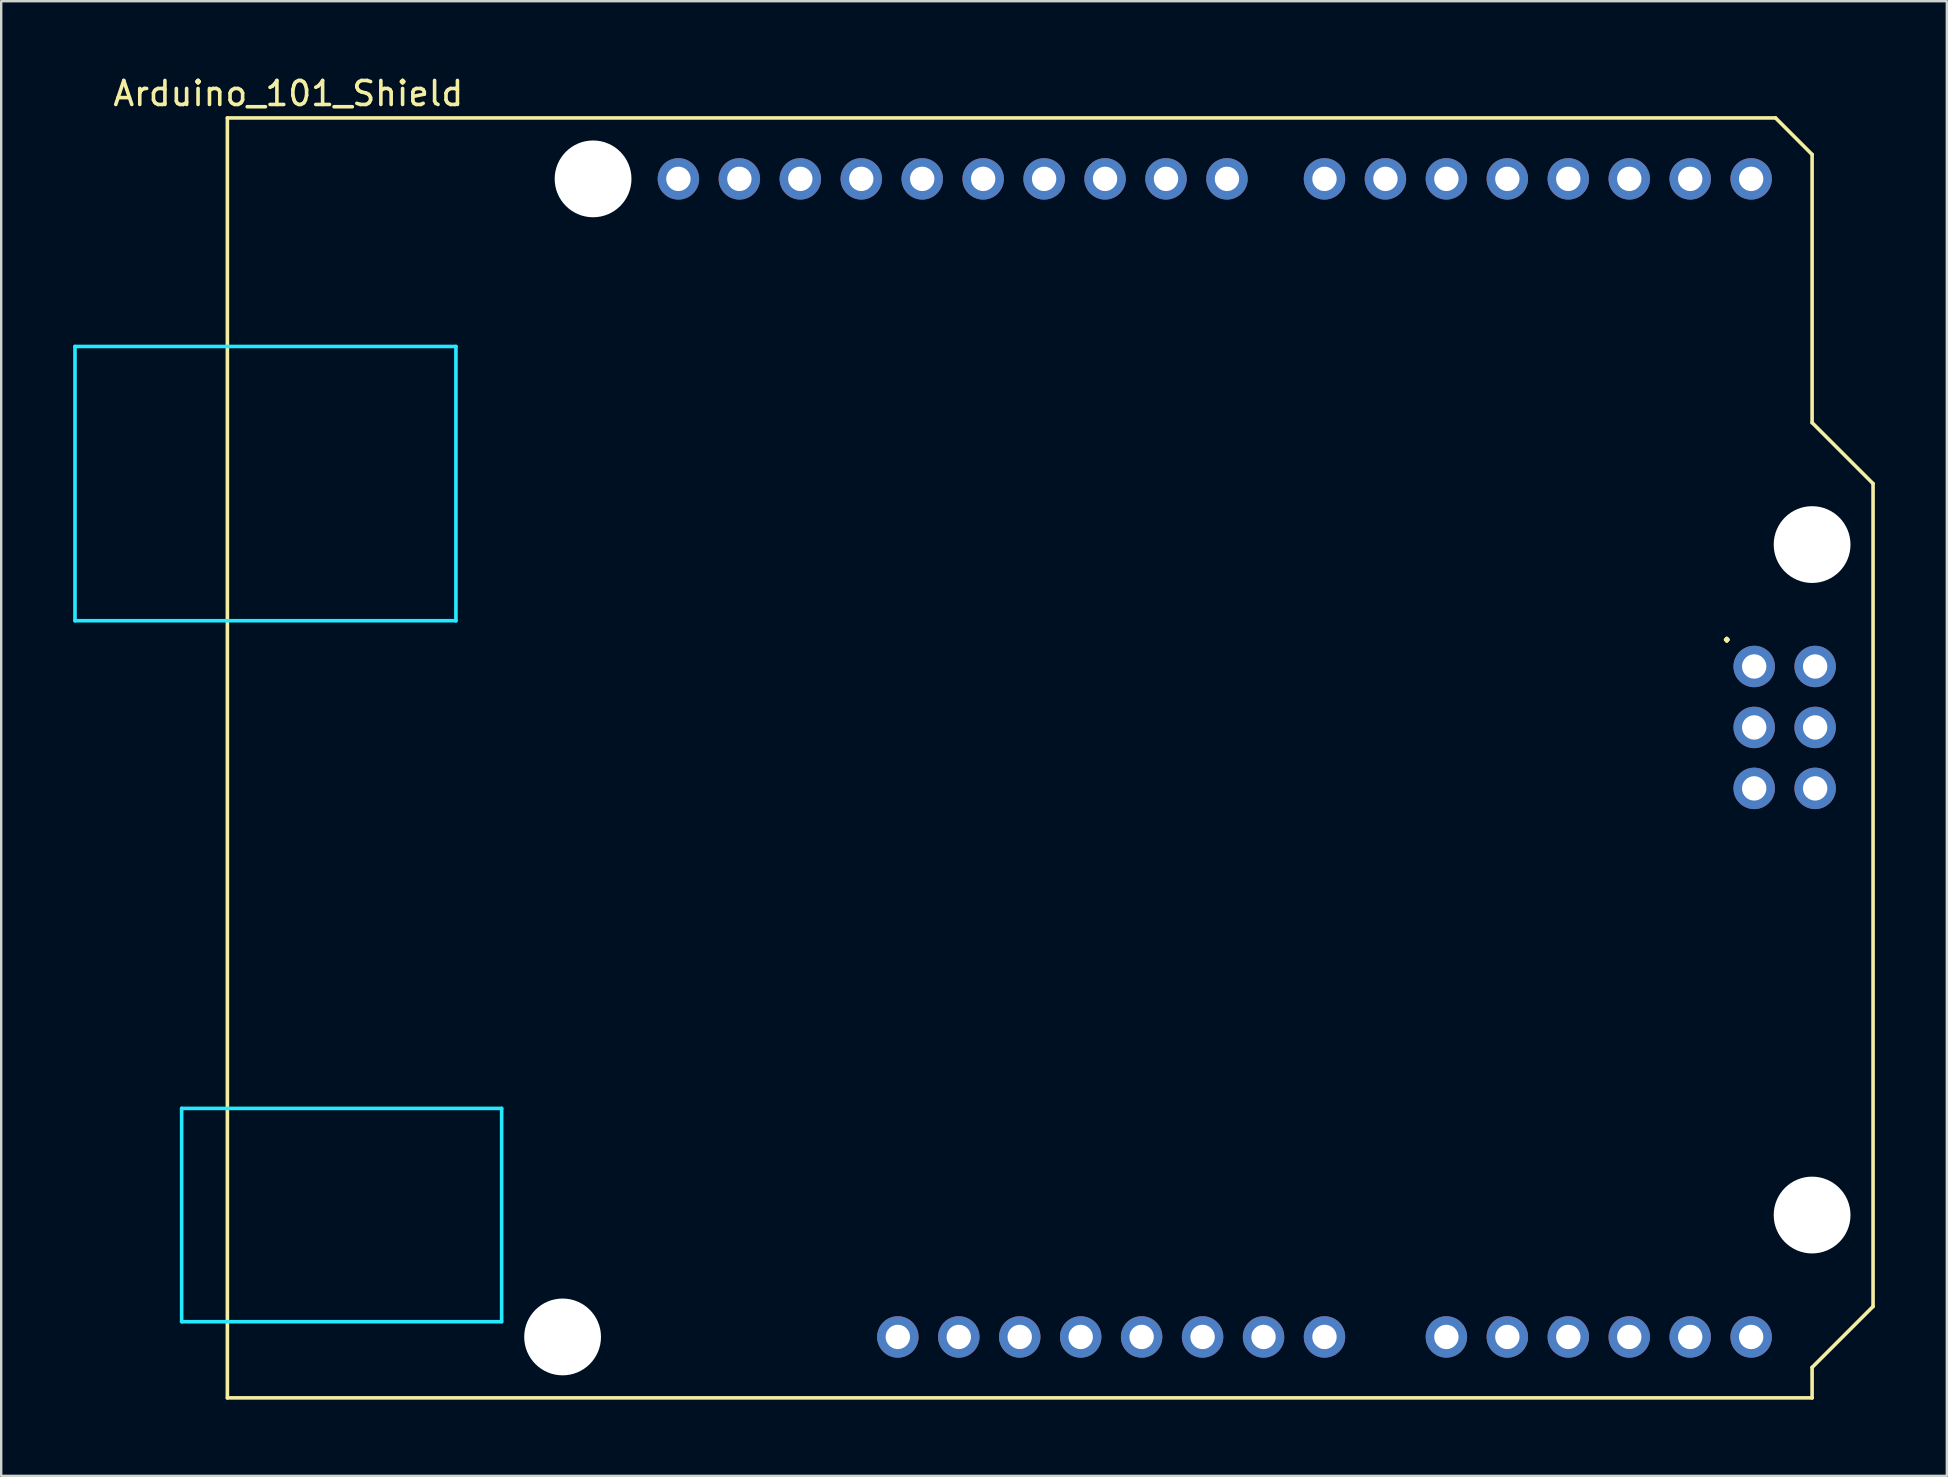
<source format=kicad_pcb>
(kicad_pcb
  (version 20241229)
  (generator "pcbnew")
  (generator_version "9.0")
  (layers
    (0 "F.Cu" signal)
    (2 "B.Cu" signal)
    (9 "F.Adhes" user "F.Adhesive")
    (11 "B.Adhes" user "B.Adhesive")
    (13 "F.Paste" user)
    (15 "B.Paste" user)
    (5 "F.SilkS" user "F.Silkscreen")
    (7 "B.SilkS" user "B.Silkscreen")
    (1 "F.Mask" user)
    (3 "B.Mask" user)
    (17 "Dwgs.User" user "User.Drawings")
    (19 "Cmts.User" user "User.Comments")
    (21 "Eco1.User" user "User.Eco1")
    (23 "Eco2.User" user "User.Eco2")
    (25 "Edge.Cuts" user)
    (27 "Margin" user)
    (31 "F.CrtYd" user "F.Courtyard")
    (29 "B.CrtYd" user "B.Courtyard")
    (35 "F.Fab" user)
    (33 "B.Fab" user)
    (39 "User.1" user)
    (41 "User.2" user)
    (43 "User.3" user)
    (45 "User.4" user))
  (footprint "Arduino_101_Shield"
    (layer "F.Cu")
    (at 6.425 55.204)
    (property "Reference" "Arduino_101_Shield" (at 2.54 -54.356 0) (layer "F.SilkS") (effects (font (size 1 1) (thickness 0.15))))
    (attr through_hole)
    (fp_line (start 0 -53.34) (end 0 0) (stroke (width 0.15) (type solid)) (layer "F.SilkS"))
    (fp_line (start 0 -53.34) (end 64.516 -53.34) (stroke (width 0.15) (type solid)) (layer "F.SilkS"))
    (fp_line (start 0 0) (end 66.04 0) (stroke (width 0.15) (type solid)) (layer "F.SilkS"))
    (fp_line (start 64.516 -53.34) (end 66.04 -51.816) (stroke (width 0.15) (type solid)) (layer "F.SilkS"))
    (fp_line (start 66.04 -40.64) (end 66.04 -51.816) (stroke (width 0.15) (type solid)) (layer "F.SilkS"))
    (fp_line (start 66.04 -1.27) (end 68.58 -3.81) (stroke (width 0.15) (type solid)) (layer "F.SilkS"))
    (fp_line (start 66.04 0) (end 66.04 -1.27) (stroke (width 0.15) (type solid)) (layer "F.SilkS"))
    (fp_line (start 68.58 -38.1) (end 66.04 -40.64) (stroke (width 0.15) (type solid)) (layer "F.SilkS"))
    (fp_line (start 68.58 -3.81) (end 68.58 -38.1) (stroke (width 0.15) (type solid)) (layer "F.SilkS"))
    (fp_line (start -6.35 -43.815) (end -6.35 -32.385) (stroke (width 0.15) (type solid)) (layer "B.CrtYd"))
    (fp_line (start -1.905 -12.065) (end -1.905 -3.175) (stroke (width 0.15) (type solid)) (layer "B.CrtYd"))
    (fp_line (start -1.905 -12.065) (end 11.43 -12.065) (stroke (width 0.15) (type solid)) (layer "B.CrtYd"))
    (fp_line (start -1.905 -3.175) (end 11.43 -3.175) (stroke (width 0.15) (type solid)) (layer "B.CrtYd"))
    (fp_line (start 9.525 -43.815) (end -6.35 -43.815) (stroke (width 0.15) (type solid)) (layer "B.CrtYd"))
    (fp_line (start 9.525 -43.815) (end 9.525 -32.385) (stroke (width 0.15) (type solid)) (layer "B.CrtYd"))
    (fp_line (start 9.525 -32.385) (end -6.35 -32.385) (stroke (width 0.15) (type solid)) (layer "B.CrtYd"))
    (fp_line (start 11.43 -12.065) (end 11.43 -3.175) (stroke (width 0.15) (type solid)) (layer "B.CrtYd"))
    (fp_text user "." (at 62.484 -32.004 0) (layer "F.SilkS") (effects (font (size 1 1) (thickness 0.15))))
    (pad "" np_thru_hole circle (at 13.97 -2.54) (size 3.2 3.2) (drill 3.2) (layers "*.Cu" "*.Mask"))
    (pad "" np_thru_hole circle (at 15.24 -50.8) (size 3.2 3.2) (drill 3.2) (layers "*.Cu" "*.Mask"))
    (pad "" np_thru_hole circle (at 66.04 -35.56) (size 3.2 3.2) (drill 3.2) (layers "*.Cu" "*.Mask"))
    (pad "" np_thru_hole circle (at 66.04 -7.62) (size 3.2 3.2) (drill 3.2) (layers "*.Cu" "*.Mask"))
    (pad "3V3" thru_hole oval (at 35.56 -2.54) (size 1.727 1.727) (drill 1.016) (layers "*.Cu" "*.Mask"))
    (pad "5V1" thru_hole oval (at 38.1 -2.54) (size 1.727 1.727) (drill 1.016) (layers "*.Cu" "*.Mask"))
    (pad "5V2" thru_hole oval (at 66.167 -30.48) (size 1.727 1.727) (drill 1.016) (layers "*.Cu" "*.Mask"))
    (pad "A0" thru_hole oval (at 50.8 -2.54) (size 1.727 1.727) (drill 1.016) (layers "*.Cu" "*.Mask"))
    (pad "A1" thru_hole oval (at 53.34 -2.54) (size 1.727 1.727) (drill 1.016) (layers "*.Cu" "*.Mask"))
    (pad "A2" thru_hole oval (at 55.88 -2.54) (size 1.727 1.727) (drill 1.016) (layers "*.Cu" "*.Mask"))
    (pad "A3" thru_hole oval (at 58.42 -2.54) (size 1.727 1.727) (drill 1.016) (layers "*.Cu" "*.Mask"))
    (pad "A4" thru_hole oval (at 60.96 -2.54) (size 1.727 1.727) (drill 1.016) (layers "*.Cu" "*.Mask"))
    (pad "A5" thru_hole oval (at 63.5 -2.54) (size 1.727 1.727) (drill 1.016) (layers "*.Cu" "*.Mask"))
    (pad "AREF" thru_hole oval (at 23.876 -50.8) (size 1.727 1.727) (drill 1.016) (layers "*.Cu" "*.Mask"))
    (pad "ATN" thru_hole oval (at 27.94 -2.54) (size 1.727 1.727) (drill 1.016) (layers "*.Cu" "*.Mask"))
    (pad "D0" thru_hole oval (at 63.5 -50.8) (size 1.727 1.727) (drill 1.016) (layers "*.Cu" "*.Mask"))
    (pad "D1" thru_hole oval (at 60.96 -50.8) (size 1.727 1.727) (drill 1.016) (layers "*.Cu" "*.Mask"))
    (pad "D2" thru_hole oval (at 58.42 -50.8) (size 1.727 1.727) (drill 1.016) (layers "*.Cu" "*.Mask"))
    (pad "D3" thru_hole oval (at 55.88 -50.8) (size 1.727 1.727) (drill 1.016) (layers "*.Cu" "*.Mask"))
    (pad "D4" thru_hole oval (at 53.34 -50.8) (size 1.727 1.727) (drill 1.016) (layers "*.Cu" "*.Mask"))
    (pad "D5" thru_hole oval (at 50.8 -50.8) (size 1.727 1.727) (drill 1.016) (layers "*.Cu" "*.Mask"))
    (pad "D6" thru_hole oval (at 48.26 -50.8) (size 1.727 1.727) (drill 1.016) (layers "*.Cu" "*.Mask"))
    (pad "D7" thru_hole oval (at 45.72 -50.8) (size 1.727 1.727) (drill 1.016) (layers "*.Cu" "*.Mask"))
    (pad "D8" thru_hole oval (at 41.656 -50.8) (size 1.727 1.727) (drill 1.016) (layers "*.Cu" "*.Mask"))
    (pad "D9" thru_hole oval (at 39.116 -50.8) (size 1.727 1.727) (drill 1.016) (layers "*.Cu" "*.Mask"))
    (pad "D10" thru_hole oval (at 36.576 -50.8) (size 1.727 1.727) (drill 1.016) (layers "*.Cu" "*.Mask"))
    (pad "D11" thru_hole oval (at 34.036 -50.8) (size 1.727 1.727) (drill 1.016) (layers "*.Cu" "*.Mask"))
    (pad "D12" thru_hole oval (at 31.496 -50.8) (size 1.727 1.727) (drill 1.016) (layers "*.Cu" "*.Mask"))
    (pad "D13" thru_hole oval (at 28.956 -50.8) (size 1.727 1.727) (drill 1.016) (layers "*.Cu" "*.Mask"))
    (pad "GND1" thru_hole oval (at 26.416 -50.8) (size 1.727 1.727) (drill 1.016) (layers "*.Cu" "*.Mask"))
    (pad "GND2" thru_hole oval (at 40.64 -2.54) (size 1.727 1.727) (drill 1.016) (layers "*.Cu" "*.Mask"))
    (pad "GND3" thru_hole oval (at 43.18 -2.54) (size 1.727 1.727) (drill 1.016) (layers "*.Cu" "*.Mask"))
    (pad "GND4" thru_hole oval (at 66.167 -25.4) (size 1.727 1.727) (drill 1.016) (layers "*.Cu" "*.Mask"))
    (pad "IORF" thru_hole oval (at 30.48 -2.54) (size 1.727 1.727) (drill 1.016) (layers "*.Cu" "*.Mask"))
    (pad "MISO" thru_hole oval (at 63.627 -30.48) (size 1.727 1.727) (drill 1.016) (layers "*.Cu" "*.Mask"))
    (pad "MOSI" thru_hole oval (at 66.167 -27.94) (size 1.727 1.727) (drill 1.016) (layers "*.Cu" "*.Mask"))
    (pad "RST1" thru_hole oval (at 33.02 -2.54) (size 1.727 1.727) (drill 1.016) (layers "*.Cu" "*.Mask"))
    (pad "RST2" thru_hole oval (at 63.627 -25.4) (size 1.727 1.727) (drill 1.016) (layers "*.Cu" "*.Mask"))
    (pad "SCK" thru_hole oval (at 63.627 -27.94) (size 1.727 1.727) (drill 1.016) (layers "*.Cu" "*.Mask"))
    (pad "SCL" thru_hole oval (at 18.796 -50.8) (size 1.727 1.727) (drill 1.016) (layers "*.Cu" "*.Mask"))
    (pad "SDA" thru_hole oval (at 21.336 -50.8) (size 1.727 1.727) (drill 1.016) (layers "*.Cu" "*.Mask"))
    (pad "VIN" thru_hole oval (at 45.72 -2.54) (size 1.727 1.727) (drill 1.016) (layers "*.Cu" "*.Mask")))
  (gr_rect
    (start -3 -3)
    (end 78.08 58.454)
    (stroke (width 0.1) (type default))
    (fill no)
    (layer "Edge.Cuts")))
</source>
